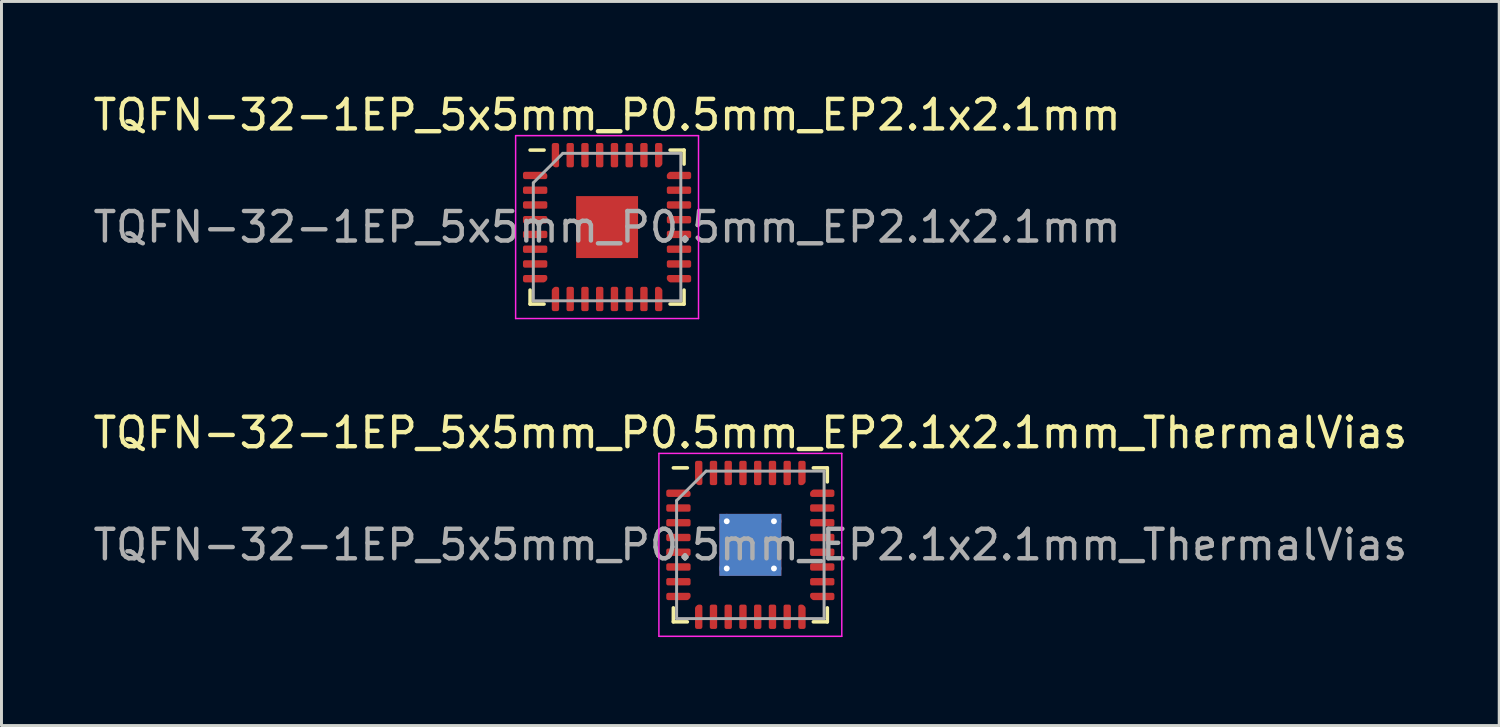
<source format=kicad_pcb>
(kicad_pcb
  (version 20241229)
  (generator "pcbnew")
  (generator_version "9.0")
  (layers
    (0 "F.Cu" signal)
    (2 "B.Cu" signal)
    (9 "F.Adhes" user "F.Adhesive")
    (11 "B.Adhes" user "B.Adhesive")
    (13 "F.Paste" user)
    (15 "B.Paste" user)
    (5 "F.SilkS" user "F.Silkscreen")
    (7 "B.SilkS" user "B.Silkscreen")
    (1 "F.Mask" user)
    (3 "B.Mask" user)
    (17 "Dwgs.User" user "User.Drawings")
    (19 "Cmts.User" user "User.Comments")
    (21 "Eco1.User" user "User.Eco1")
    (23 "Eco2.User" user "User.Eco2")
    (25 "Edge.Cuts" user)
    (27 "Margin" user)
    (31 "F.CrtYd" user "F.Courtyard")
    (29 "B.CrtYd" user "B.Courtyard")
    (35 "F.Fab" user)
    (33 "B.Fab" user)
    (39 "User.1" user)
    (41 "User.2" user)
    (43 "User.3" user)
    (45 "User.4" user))
  (footprint "TQFN-32-1EP_5x5mm_P0.5mm_EP2.1x2.1mm_ThermalVias"
    (layer "F.Cu")
    (at 22.387 15.421)
    (property "Reference" "TQFN-32-1EP_5x5mm_P0.5mm_EP2.1x2.1mm_ThermalVias" (at 0 -3.8 0) (layer "F.SilkS") (effects (font (size 1 1) (thickness 0.15))))
    (attr smd)
    (fp_line (start -2.61 2.61) (end -2.61 2.135) (stroke (width 0.12) (type solid)) (layer "F.SilkS"))
    (fp_line (start -2.135 -2.61) (end -2.61 -2.61) (stroke (width 0.12) (type solid)) (layer "F.SilkS"))
    (fp_line (start -2.135 2.61) (end -2.61 2.61) (stroke (width 0.12) (type solid)) (layer "F.SilkS"))
    (fp_line (start 2.135 -2.61) (end 2.61 -2.61) (stroke (width 0.12) (type solid)) (layer "F.SilkS"))
    (fp_line (start 2.135 2.61) (end 2.61 2.61) (stroke (width 0.12) (type solid)) (layer "F.SilkS"))
    (fp_line (start 2.61 -2.61) (end 2.61 -2.135) (stroke (width 0.12) (type solid)) (layer "F.SilkS"))
    (fp_line (start 2.61 2.61) (end 2.61 2.135) (stroke (width 0.12) (type solid)) (layer "F.SilkS"))
    (fp_line (start -3.1 -3.1) (end -3.1 3.1) (stroke (width 0.05) (type solid)) (layer "F.CrtYd"))
    (fp_line (start -3.1 3.1) (end 3.1 3.1) (stroke (width 0.05) (type solid)) (layer "F.CrtYd"))
    (fp_line (start 3.1 -3.1) (end -3.1 -3.1) (stroke (width 0.05) (type solid)) (layer "F.CrtYd"))
    (fp_line (start 3.1 3.1) (end 3.1 -3.1) (stroke (width 0.05) (type solid)) (layer "F.CrtYd"))
    (fp_line (start -2.5 -1.5) (end -1.5 -2.5) (stroke (width 0.1) (type solid)) (layer "F.Fab"))
    (fp_line (start -2.5 2.5) (end -2.5 -1.5) (stroke (width 0.1) (type solid)) (layer "F.Fab"))
    (fp_line (start -1.5 -2.5) (end 2.5 -2.5) (stroke (width 0.1) (type solid)) (layer "F.Fab"))
    (fp_line (start 2.5 -2.5) (end 2.5 2.5) (stroke (width 0.1) (type solid)) (layer "F.Fab"))
    (fp_line (start 2.5 2.5) (end -2.5 2.5) (stroke (width 0.1) (type solid)) (layer "F.Fab"))
    (fp_text user "${REFERENCE}" (at 0 0 0) (layer "F.Fab") (effects (font (size 1 1) (thickness 0.15))))
    (pad "" smd roundrect (at -0.525 -0.525) (size 0.91 0.91) (layers "F.Paste") (roundrect_rratio 0.25))
    (pad "" smd roundrect (at -0.525 0.525) (size 0.91 0.91) (layers "F.Paste") (roundrect_rratio 0.25))
    (pad "" smd roundrect (at 0.525 -0.525) (size 0.91 0.91) (layers "F.Paste") (roundrect_rratio 0.25))
    (pad "" smd roundrect (at 0.525 0.525) (size 0.91 0.91) (layers "F.Paste") (roundrect_rratio 0.25))
    (pad "1" smd custom (at -2.438 -1.75) (size 0.186 0.186) (layers "F.Cu" "F.Mask" "F.Paste") (options (anchor circle)) (primitives (gr_poly (pts (xy -0.35 -0.062) (xy 0.297 -0.062) (xy 0.35 -0.009) (xy 0.35 0.062) (xy -0.35 0.062)) (width 0.125) (fill yes))))
    (pad "2" smd roundrect (at -2.438 -1.25) (size 0.825 0.25) (layers "F.Cu" "F.Mask" "F.Paste") (roundrect_rratio 0.25))
    (pad "3" smd roundrect (at -2.438 -0.75) (size 0.825 0.25) (layers "F.Cu" "F.Mask" "F.Paste") (roundrect_rratio 0.25))
    (pad "4" smd roundrect (at -2.438 -0.25) (size 0.825 0.25) (layers "F.Cu" "F.Mask" "F.Paste") (roundrect_rratio 0.25))
    (pad "5" smd roundrect (at -2.438 0.25) (size 0.825 0.25) (layers "F.Cu" "F.Mask" "F.Paste") (roundrect_rratio 0.25))
    (pad "6" smd roundrect (at -2.438 0.75) (size 0.825 0.25) (layers "F.Cu" "F.Mask" "F.Paste") (roundrect_rratio 0.25))
    (pad "7" smd roundrect (at -2.438 1.25) (size 0.825 0.25) (layers "F.Cu" "F.Mask" "F.Paste") (roundrect_rratio 0.25))
    (pad "8" smd custom (at -2.438 1.75) (size 0.186 0.186) (layers "F.Cu" "F.Mask" "F.Paste") (options (anchor circle)) (primitives (gr_poly (pts (xy -0.35 -0.062) (xy 0.35 -0.062) (xy 0.35 0.009) (xy 0.297 0.062) (xy -0.35 0.062)) (width 0.125) (fill yes))))
    (pad "9" smd custom (at -1.75 2.438) (size 0.186 0.186) (layers "F.Cu" "F.Mask" "F.Paste") (options (anchor circle)) (primitives (gr_poly (pts (xy -0.062 -0.297) (xy -0.009 -0.35) (xy 0.062 -0.35) (xy 0.062 0.35) (xy -0.062 0.35)) (width 0.125) (fill yes))))
    (pad "10" smd roundrect (at -1.25 2.438) (size 0.25 0.825) (layers "F.Cu" "F.Mask" "F.Paste") (roundrect_rratio 0.25))
    (pad "11" smd roundrect (at -0.75 2.438) (size 0.25 0.825) (layers "F.Cu" "F.Mask" "F.Paste") (roundrect_rratio 0.25))
    (pad "12" smd roundrect (at -0.25 2.438) (size 0.25 0.825) (layers "F.Cu" "F.Mask" "F.Paste") (roundrect_rratio 0.25))
    (pad "13" smd roundrect (at 0.25 2.438) (size 0.25 0.825) (layers "F.Cu" "F.Mask" "F.Paste") (roundrect_rratio 0.25))
    (pad "14" smd roundrect (at 0.75 2.438) (size 0.25 0.825) (layers "F.Cu" "F.Mask" "F.Paste") (roundrect_rratio 0.25))
    (pad "15" smd roundrect (at 1.25 2.438) (size 0.25 0.825) (layers "F.Cu" "F.Mask" "F.Paste") (roundrect_rratio 0.25))
    (pad "16" smd custom (at 1.75 2.438) (size 0.186 0.186) (layers "F.Cu" "F.Mask" "F.Paste") (options (anchor circle)) (primitives (gr_poly (pts (xy -0.062 -0.35) (xy 0.009 -0.35) (xy 0.062 -0.297) (xy 0.062 0.35) (xy -0.062 0.35)) (width 0.125) (fill yes))))
    (pad "17" smd custom (at 2.438 1.75) (size 0.186 0.186) (layers "F.Cu" "F.Mask" "F.Paste") (options (anchor circle)) (primitives (gr_poly (pts (xy -0.35 -0.062) (xy 0.35 -0.062) (xy 0.35 0.062) (xy -0.297 0.062) (xy -0.35 0.009)) (width 0.125) (fill yes))))
    (pad "18" smd roundrect (at 2.438 1.25) (size 0.825 0.25) (layers "F.Cu" "F.Mask" "F.Paste") (roundrect_rratio 0.25))
    (pad "19" smd roundrect (at 2.438 0.75) (size 0.825 0.25) (layers "F.Cu" "F.Mask" "F.Paste") (roundrect_rratio 0.25))
    (pad "20" smd roundrect (at 2.438 0.25) (size 0.825 0.25) (layers "F.Cu" "F.Mask" "F.Paste") (roundrect_rratio 0.25))
    (pad "21" smd roundrect (at 2.438 -0.25) (size 0.825 0.25) (layers "F.Cu" "F.Mask" "F.Paste") (roundrect_rratio 0.25))
    (pad "22" smd roundrect (at 2.438 -0.75) (size 0.825 0.25) (layers "F.Cu" "F.Mask" "F.Paste") (roundrect_rratio 0.25))
    (pad "23" smd roundrect (at 2.438 -1.25) (size 0.825 0.25) (layers "F.Cu" "F.Mask" "F.Paste") (roundrect_rratio 0.25))
    (pad "24" smd custom (at 2.438 -1.75) (size 0.186 0.186) (layers "F.Cu" "F.Mask" "F.Paste") (options (anchor circle)) (primitives (gr_poly (pts (xy -0.35 -0.009) (xy -0.297 -0.062) (xy 0.35 -0.062) (xy 0.35 0.062) (xy -0.35 0.062)) (width 0.125) (fill yes))))
    (pad "25" smd custom (at 1.75 -2.438) (size 0.186 0.186) (layers "F.Cu" "F.Mask" "F.Paste") (options (anchor circle)) (primitives (gr_poly (pts (xy -0.062 -0.35) (xy 0.062 -0.35) (xy 0.062 0.297) (xy 0.009 0.35) (xy -0.062 0.35)) (width 0.125) (fill yes))))
    (pad "26" smd roundrect (at 1.25 -2.438) (size 0.25 0.825) (layers "F.Cu" "F.Mask" "F.Paste") (roundrect_rratio 0.25))
    (pad "27" smd roundrect (at 0.75 -2.438) (size 0.25 0.825) (layers "F.Cu" "F.Mask" "F.Paste") (roundrect_rratio 0.25))
    (pad "28" smd roundrect (at 0.25 -2.438) (size 0.25 0.825) (layers "F.Cu" "F.Mask" "F.Paste") (roundrect_rratio 0.25))
    (pad "29" smd roundrect (at -0.25 -2.438) (size 0.25 0.825) (layers "F.Cu" "F.Mask" "F.Paste") (roundrect_rratio 0.25))
    (pad "30" smd roundrect (at -0.75 -2.438) (size 0.25 0.825) (layers "F.Cu" "F.Mask" "F.Paste") (roundrect_rratio 0.25))
    (pad "31" smd roundrect (at -1.25 -2.438) (size 0.25 0.825) (layers "F.Cu" "F.Mask" "F.Paste") (roundrect_rratio 0.25))
    (pad "32" smd custom (at -1.75 -2.438) (size 0.186 0.186) (layers "F.Cu" "F.Mask" "F.Paste") (options (anchor circle)) (primitives (gr_poly (pts (xy -0.062 -0.35) (xy 0.062 -0.35) (xy 0.062 0.35) (xy -0.009 0.35) (xy -0.062 0.297)) (width 0.125) (fill yes))))
    (pad "33" thru_hole circle (at -0.8 -0.8) (size 0.5 0.5) (drill 0.2) (layers "*.Cu"))
    (pad "33" thru_hole circle (at -0.8 0.8) (size 0.5 0.5) (drill 0.2) (layers "*.Cu"))
    (pad "33" smd rect (at 0 0) (size 2.1 2.1) (layers "F.Cu" "F.Mask"))
    (pad "33" smd rect (at 0 0) (size 2.1 2.1) (layers "B.Cu"))
    (pad "33" thru_hole circle (at 0.8 -0.8) (size 0.5 0.5) (drill 0.2) (layers "*.Cu"))
    (pad "33" thru_hole circle (at 0.8 0.8) (size 0.5 0.5) (drill 0.2) (layers "*.Cu")))
  (footprint "TQFN-32-1EP_5x5mm_P0.5mm_EP2.1x2.1mm"
    (layer "F.Cu")
    (at 17.53 4.648)
    (property "Reference" "TQFN-32-1EP_5x5mm_P0.5mm_EP2.1x2.1mm" (at 0 -3.8 0) (layer "F.SilkS") (effects (font (size 1 1) (thickness 0.15))))
    (attr smd)
    (fp_line (start -2.61 2.61) (end -2.61 2.135) (stroke (width 0.12) (type solid)) (layer "F.SilkS"))
    (fp_line (start -2.135 -2.61) (end -2.61 -2.61) (stroke (width 0.12) (type solid)) (layer "F.SilkS"))
    (fp_line (start -2.135 2.61) (end -2.61 2.61) (stroke (width 0.12) (type solid)) (layer "F.SilkS"))
    (fp_line (start 2.135 -2.61) (end 2.61 -2.61) (stroke (width 0.12) (type solid)) (layer "F.SilkS"))
    (fp_line (start 2.135 2.61) (end 2.61 2.61) (stroke (width 0.12) (type solid)) (layer "F.SilkS"))
    (fp_line (start 2.61 -2.61) (end 2.61 -2.135) (stroke (width 0.12) (type solid)) (layer "F.SilkS"))
    (fp_line (start 2.61 2.61) (end 2.61 2.135) (stroke (width 0.12) (type solid)) (layer "F.SilkS"))
    (fp_line (start -3.1 -3.1) (end -3.1 3.1) (stroke (width 0.05) (type solid)) (layer "F.CrtYd"))
    (fp_line (start -3.1 3.1) (end 3.1 3.1) (stroke (width 0.05) (type solid)) (layer "F.CrtYd"))
    (fp_line (start 3.1 -3.1) (end -3.1 -3.1) (stroke (width 0.05) (type solid)) (layer "F.CrtYd"))
    (fp_line (start 3.1 3.1) (end 3.1 -3.1) (stroke (width 0.05) (type solid)) (layer "F.CrtYd"))
    (fp_line (start -2.5 -1.5) (end -1.5 -2.5) (stroke (width 0.1) (type solid)) (layer "F.Fab"))
    (fp_line (start -2.5 2.5) (end -2.5 -1.5) (stroke (width 0.1) (type solid)) (layer "F.Fab"))
    (fp_line (start -1.5 -2.5) (end 2.5 -2.5) (stroke (width 0.1) (type solid)) (layer "F.Fab"))
    (fp_line (start 2.5 -2.5) (end 2.5 2.5) (stroke (width 0.1) (type solid)) (layer "F.Fab"))
    (fp_line (start 2.5 2.5) (end -2.5 2.5) (stroke (width 0.1) (type solid)) (layer "F.Fab"))
    (fp_text user "${REFERENCE}" (at 0 0 0) (layer "F.Fab") (effects (font (size 1 1) (thickness 0.15))))
    (pad "" smd roundrect (at -0.525 -0.525) (size 0.85 0.85) (layers "F.Paste") (roundrect_rratio 0.25))
    (pad "" smd roundrect (at -0.525 0.525) (size 0.85 0.85) (layers "F.Paste") (roundrect_rratio 0.25))
    (pad "" smd roundrect (at 0.525 -0.525) (size 0.85 0.85) (layers "F.Paste") (roundrect_rratio 0.25))
    (pad "" smd roundrect (at 0.525 0.525) (size 0.85 0.85) (layers "F.Paste") (roundrect_rratio 0.25))
    (pad "1" smd custom (at -2.438 -1.75) (size 0.186 0.186) (layers "F.Cu" "F.Mask" "F.Paste") (options (anchor circle)) (primitives (gr_poly (pts (xy -0.35 -0.062) (xy 0.297 -0.062) (xy 0.35 -0.009) (xy 0.35 0.062) (xy -0.35 0.062)) (width 0.125) (fill yes))))
    (pad "2" smd roundrect (at -2.438 -1.25) (size 0.825 0.25) (layers "F.Cu" "F.Mask" "F.Paste") (roundrect_rratio 0.25))
    (pad "3" smd roundrect (at -2.438 -0.75) (size 0.825 0.25) (layers "F.Cu" "F.Mask" "F.Paste") (roundrect_rratio 0.25))
    (pad "4" smd roundrect (at -2.438 -0.25) (size 0.825 0.25) (layers "F.Cu" "F.Mask" "F.Paste") (roundrect_rratio 0.25))
    (pad "5" smd roundrect (at -2.438 0.25) (size 0.825 0.25) (layers "F.Cu" "F.Mask" "F.Paste") (roundrect_rratio 0.25))
    (pad "6" smd roundrect (at -2.438 0.75) (size 0.825 0.25) (layers "F.Cu" "F.Mask" "F.Paste") (roundrect_rratio 0.25))
    (pad "7" smd roundrect (at -2.438 1.25) (size 0.825 0.25) (layers "F.Cu" "F.Mask" "F.Paste") (roundrect_rratio 0.25))
    (pad "8" smd custom (at -2.438 1.75) (size 0.186 0.186) (layers "F.Cu" "F.Mask" "F.Paste") (options (anchor circle)) (primitives (gr_poly (pts (xy -0.35 -0.062) (xy 0.35 -0.062) (xy 0.35 0.009) (xy 0.297 0.062) (xy -0.35 0.062)) (width 0.125) (fill yes))))
    (pad "9" smd custom (at -1.75 2.438) (size 0.186 0.186) (layers "F.Cu" "F.Mask" "F.Paste") (options (anchor circle)) (primitives (gr_poly (pts (xy -0.062 -0.297) (xy -0.009 -0.35) (xy 0.062 -0.35) (xy 0.062 0.35) (xy -0.062 0.35)) (width 0.125) (fill yes))))
    (pad "10" smd roundrect (at -1.25 2.438) (size 0.25 0.825) (layers "F.Cu" "F.Mask" "F.Paste") (roundrect_rratio 0.25))
    (pad "11" smd roundrect (at -0.75 2.438) (size 0.25 0.825) (layers "F.Cu" "F.Mask" "F.Paste") (roundrect_rratio 0.25))
    (pad "12" smd roundrect (at -0.25 2.438) (size 0.25 0.825) (layers "F.Cu" "F.Mask" "F.Paste") (roundrect_rratio 0.25))
    (pad "13" smd roundrect (at 0.25 2.438) (size 0.25 0.825) (layers "F.Cu" "F.Mask" "F.Paste") (roundrect_rratio 0.25))
    (pad "14" smd roundrect (at 0.75 2.438) (size 0.25 0.825) (layers "F.Cu" "F.Mask" "F.Paste") (roundrect_rratio 0.25))
    (pad "15" smd roundrect (at 1.25 2.438) (size 0.25 0.825) (layers "F.Cu" "F.Mask" "F.Paste") (roundrect_rratio 0.25))
    (pad "16" smd custom (at 1.75 2.438) (size 0.186 0.186) (layers "F.Cu" "F.Mask" "F.Paste") (options (anchor circle)) (primitives (gr_poly (pts (xy -0.062 -0.35) (xy 0.009 -0.35) (xy 0.062 -0.297) (xy 0.062 0.35) (xy -0.062 0.35)) (width 0.125) (fill yes))))
    (pad "17" smd custom (at 2.438 1.75) (size 0.186 0.186) (layers "F.Cu" "F.Mask" "F.Paste") (options (anchor circle)) (primitives (gr_poly (pts (xy -0.35 -0.062) (xy 0.35 -0.062) (xy 0.35 0.062) (xy -0.297 0.062) (xy -0.35 0.009)) (width 0.125) (fill yes))))
    (pad "18" smd roundrect (at 2.438 1.25) (size 0.825 0.25) (layers "F.Cu" "F.Mask" "F.Paste") (roundrect_rratio 0.25))
    (pad "19" smd roundrect (at 2.438 0.75) (size 0.825 0.25) (layers "F.Cu" "F.Mask" "F.Paste") (roundrect_rratio 0.25))
    (pad "20" smd roundrect (at 2.438 0.25) (size 0.825 0.25) (layers "F.Cu" "F.Mask" "F.Paste") (roundrect_rratio 0.25))
    (pad "21" smd roundrect (at 2.438 -0.25) (size 0.825 0.25) (layers "F.Cu" "F.Mask" "F.Paste") (roundrect_rratio 0.25))
    (pad "22" smd roundrect (at 2.438 -0.75) (size 0.825 0.25) (layers "F.Cu" "F.Mask" "F.Paste") (roundrect_rratio 0.25))
    (pad "23" smd roundrect (at 2.438 -1.25) (size 0.825 0.25) (layers "F.Cu" "F.Mask" "F.Paste") (roundrect_rratio 0.25))
    (pad "24" smd custom (at 2.438 -1.75) (size 0.186 0.186) (layers "F.Cu" "F.Mask" "F.Paste") (options (anchor circle)) (primitives (gr_poly (pts (xy -0.35 -0.009) (xy -0.297 -0.062) (xy 0.35 -0.062) (xy 0.35 0.062) (xy -0.35 0.062)) (width 0.125) (fill yes))))
    (pad "25" smd custom (at 1.75 -2.438) (size 0.186 0.186) (layers "F.Cu" "F.Mask" "F.Paste") (options (anchor circle)) (primitives (gr_poly (pts (xy -0.062 -0.35) (xy 0.062 -0.35) (xy 0.062 0.297) (xy 0.009 0.35) (xy -0.062 0.35)) (width 0.125) (fill yes))))
    (pad "26" smd roundrect (at 1.25 -2.438) (size 0.25 0.825) (layers "F.Cu" "F.Mask" "F.Paste") (roundrect_rratio 0.25))
    (pad "27" smd roundrect (at 0.75 -2.438) (size 0.25 0.825) (layers "F.Cu" "F.Mask" "F.Paste") (roundrect_rratio 0.25))
    (pad "28" smd roundrect (at 0.25 -2.438) (size 0.25 0.825) (layers "F.Cu" "F.Mask" "F.Paste") (roundrect_rratio 0.25))
    (pad "29" smd roundrect (at -0.25 -2.438) (size 0.25 0.825) (layers "F.Cu" "F.Mask" "F.Paste") (roundrect_rratio 0.25))
    (pad "30" smd roundrect (at -0.75 -2.438) (size 0.25 0.825) (layers "F.Cu" "F.Mask" "F.Paste") (roundrect_rratio 0.25))
    (pad "31" smd roundrect (at -1.25 -2.438) (size 0.25 0.825) (layers "F.Cu" "F.Mask" "F.Paste") (roundrect_rratio 0.25))
    (pad "32" smd custom (at -1.75 -2.438) (size 0.186 0.186) (layers "F.Cu" "F.Mask" "F.Paste") (options (anchor circle)) (primitives (gr_poly (pts (xy -0.062 -0.35) (xy 0.062 -0.35) (xy 0.062 0.35) (xy -0.009 0.35) (xy -0.062 0.297)) (width 0.125) (fill yes))))
    (pad "33" smd rect (at 0 0) (size 2.1 2.1) (layers "F.Cu" "F.Mask")))
  (gr_rect
    (start -3 -3)
    (end 47.774 21.547)
    (stroke (width 0.1) (type default))
    (fill no)
    (layer "Edge.Cuts")))
</source>
